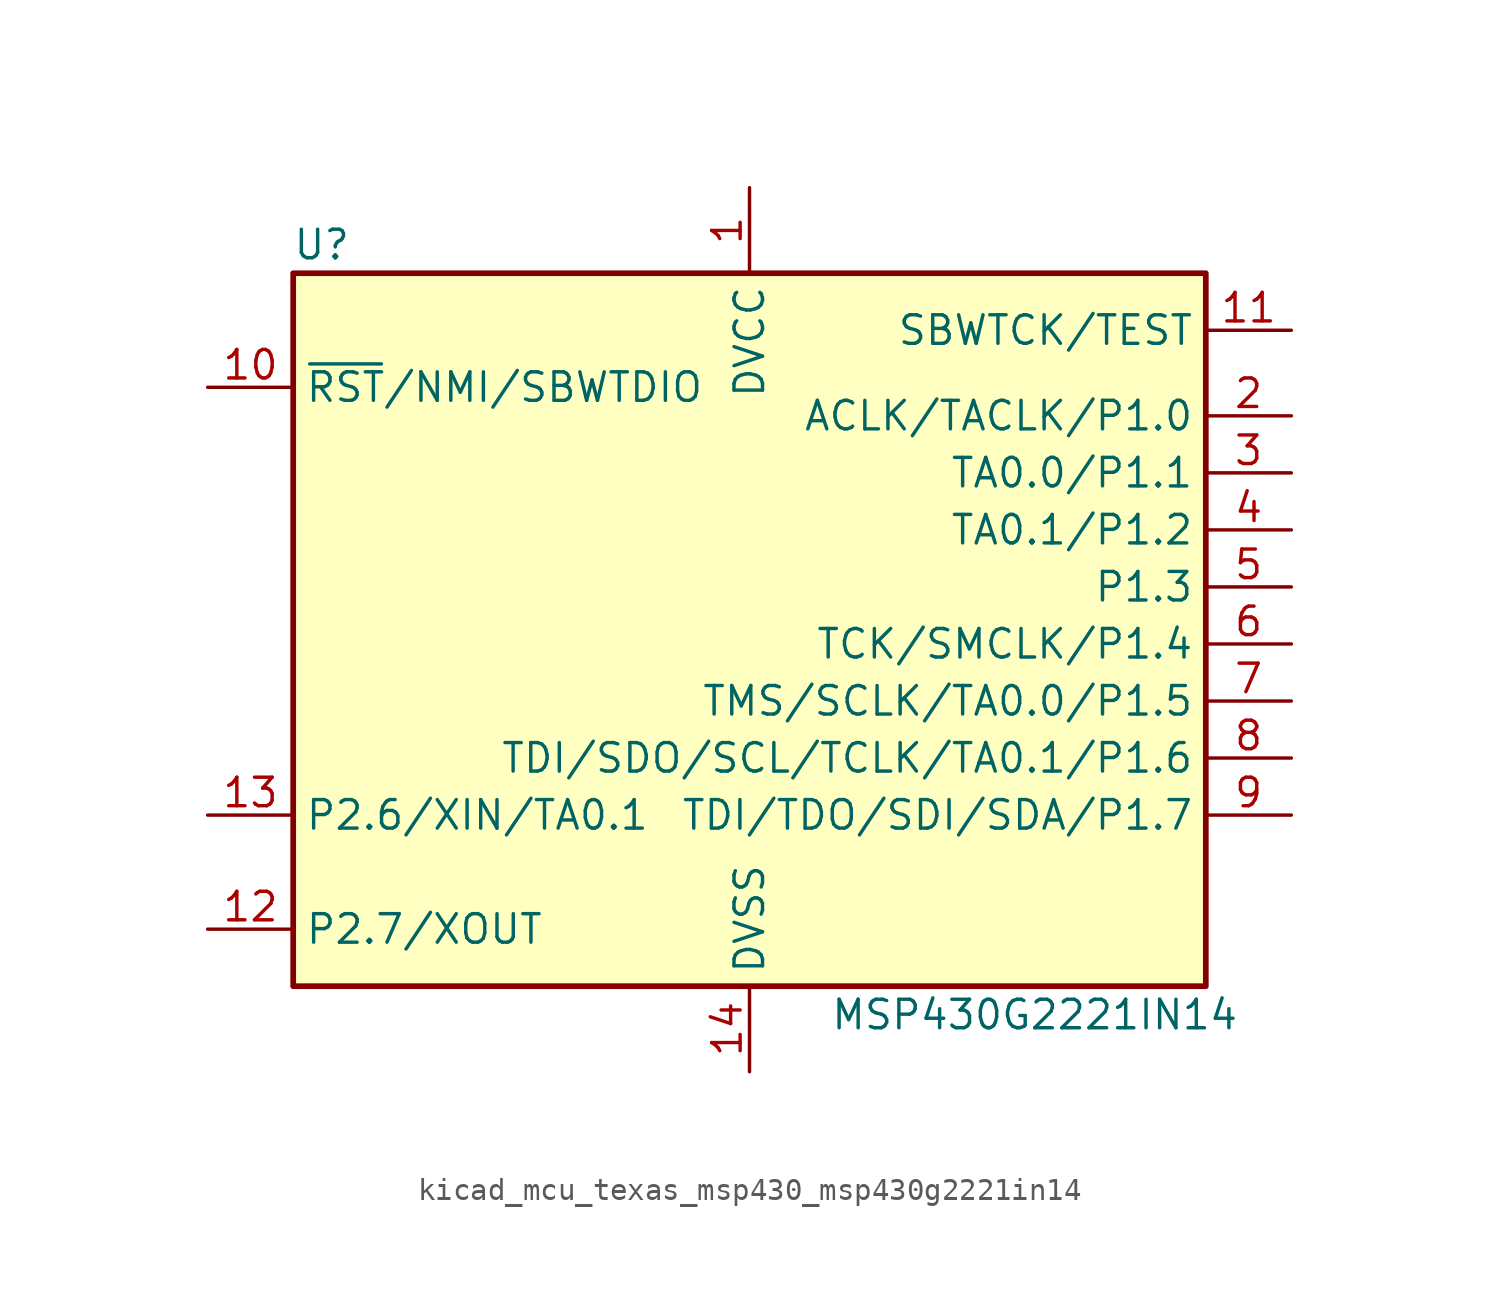
<source format=kicad_sym>
(kicad_symbol_lib
  (version 20220914)
  (generator kicad_symbol_editor)
  (symbol "kicad_mcu_texas_msp430_msp430g2221in14"
    (property "Reference" "U"
      (at -19.05 17.78 0)
      (effects (font (size 1.27 1.27))))
    (property "Value" "MSP430G2221IN14"
      (at 12.7 -16.51 0)
      (effects (font (size 1.27 1.27))))
    (symbol "kicad_mcu_texas_msp430_msp430g2221in14_0_1"
      (rectangle (start -20.32 16.51) (end 20.32 -15.24) (stroke (width 0.254) (type default)) (fill (type background))))
    (symbol "kicad_mcu_texas_msp430_msp430g2221in14_1_1"
      (pin power_in line (at 0 20.32 270) (length 3.81) (name "DVCC" (effects (font (size 1.27 1.27)))) (number "1" (effects (font (size 1.27 1.27)))))
      (pin input line (at -24.13 11.43 0) (length 3.81) (name "~{RST}/NMI/SBWTDIO" (effects (font (size 1.27 1.27)))) (number "10" (effects (font (size 1.27 1.27)))))
      (pin input line (at 24.13 13.97 180) (length 3.81) (name "SBWTCK/TEST" (effects (font (size 1.27 1.27)))) (number "11" (effects (font (size 1.27 1.27)))))
      (pin bidirectional line (at -24.13 -12.7 0) (length 3.81) (name "P2.7/XOUT" (effects (font (size 1.27 1.27)))) (number "12" (effects (font (size 1.27 1.27)))))
      (pin bidirectional line (at -24.13 -7.62 0) (length 3.81) (name "P2.6/XIN/TA0.1" (effects (font (size 1.27 1.27)))) (number "13" (effects (font (size 1.27 1.27)))))
      (pin power_in line (at 0 -19.05 90) (length 3.81) (name "DVSS" (effects (font (size 1.27 1.27)))) (number "14" (effects (font (size 1.27 1.27)))))
      (pin bidirectional line (at 24.13 10.16 180) (length 3.81) (name "ACLK/TACLK/P1.0" (effects (font (size 1.27 1.27)))) (number "2" (effects (font (size 1.27 1.27)))))
      (pin bidirectional line (at 24.13 7.62 180) (length 3.81) (name "TA0.0/P1.1" (effects (font (size 1.27 1.27)))) (number "3" (effects (font (size 1.27 1.27)))))
      (pin bidirectional line (at 24.13 5.08 180) (length 3.81) (name "TA0.1/P1.2" (effects (font (size 1.27 1.27)))) (number "4" (effects (font (size 1.27 1.27)))))
      (pin bidirectional line (at 24.13 2.54 180) (length 3.81) (name "P1.3" (effects (font (size 1.27 1.27)))) (number "5" (effects (font (size 1.27 1.27)))))
      (pin bidirectional line (at 24.13 0 180) (length 3.81) (name "TCK/SMCLK/P1.4" (effects (font (size 1.27 1.27)))) (number "6" (effects (font (size 1.27 1.27)))))
      (pin bidirectional line (at 24.13 -2.54 180) (length 3.81) (name "TMS/SCLK/TA0.0/P1.5" (effects (font (size 1.27 1.27)))) (number "7" (effects (font (size 1.27 1.27)))))
      (pin bidirectional line (at 24.13 -5.08 180) (length 3.81) (name "TDI/SDO/SCL/TCLK/TA0.1/P1.6" (effects (font (size 1.27 1.27)))) (number "8" (effects (font (size 1.27 1.27)))))
      (pin bidirectional line (at 24.13 -7.62 180) (length 3.81) (name "TDI/TDO/SDI/SDA/P1.7" (effects (font (size 1.27 1.27)))) (number "9" (effects (font (size 1.27 1.27))))))))
</source>
